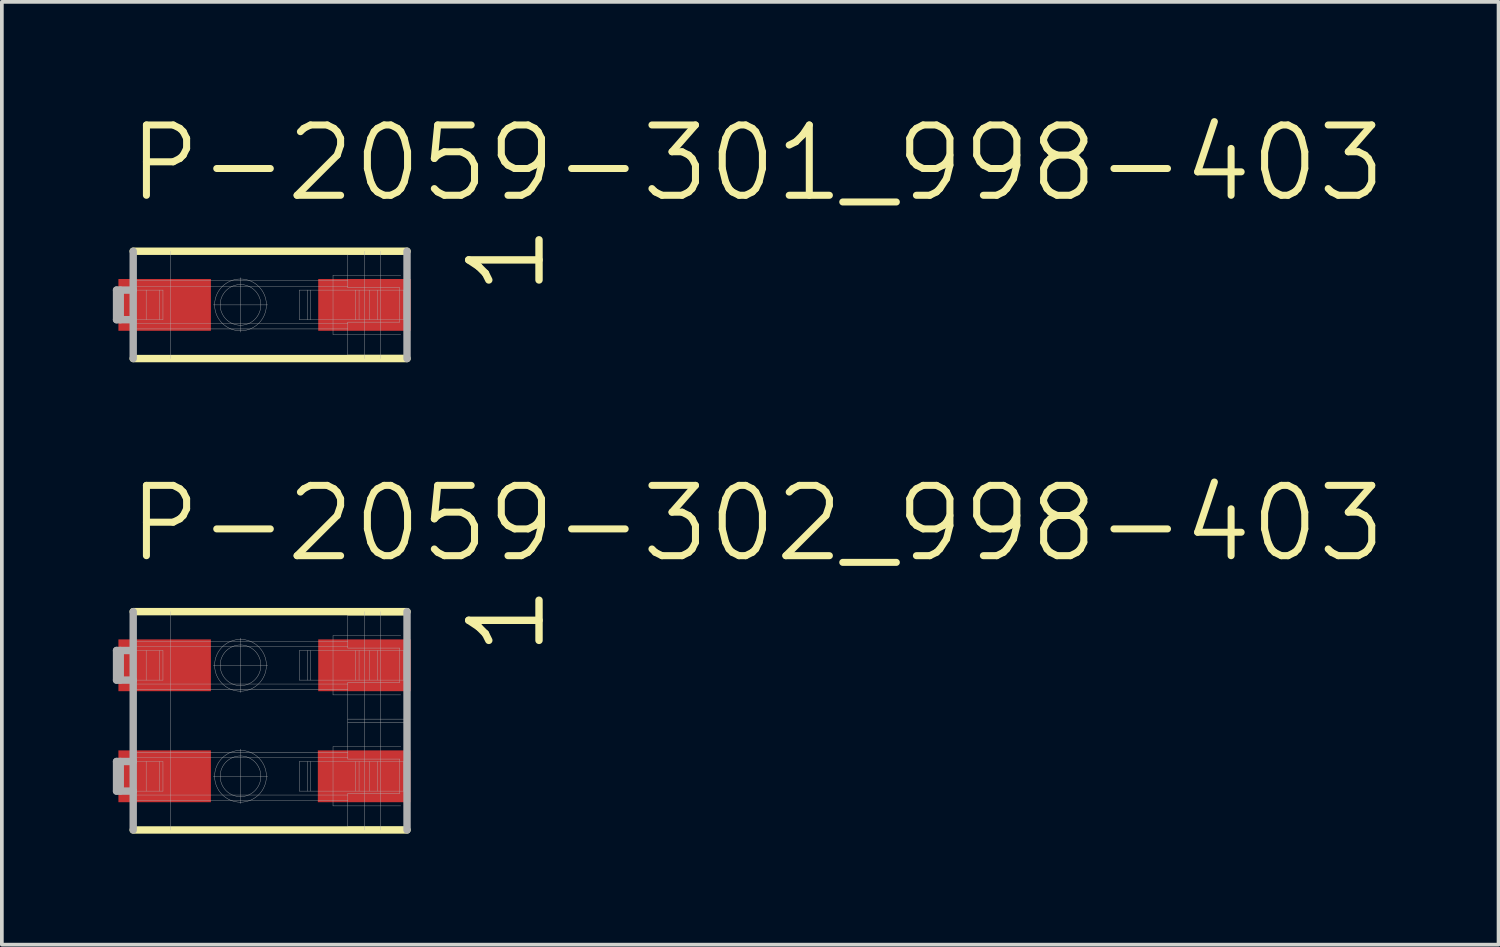
<source format=kicad_pcb>
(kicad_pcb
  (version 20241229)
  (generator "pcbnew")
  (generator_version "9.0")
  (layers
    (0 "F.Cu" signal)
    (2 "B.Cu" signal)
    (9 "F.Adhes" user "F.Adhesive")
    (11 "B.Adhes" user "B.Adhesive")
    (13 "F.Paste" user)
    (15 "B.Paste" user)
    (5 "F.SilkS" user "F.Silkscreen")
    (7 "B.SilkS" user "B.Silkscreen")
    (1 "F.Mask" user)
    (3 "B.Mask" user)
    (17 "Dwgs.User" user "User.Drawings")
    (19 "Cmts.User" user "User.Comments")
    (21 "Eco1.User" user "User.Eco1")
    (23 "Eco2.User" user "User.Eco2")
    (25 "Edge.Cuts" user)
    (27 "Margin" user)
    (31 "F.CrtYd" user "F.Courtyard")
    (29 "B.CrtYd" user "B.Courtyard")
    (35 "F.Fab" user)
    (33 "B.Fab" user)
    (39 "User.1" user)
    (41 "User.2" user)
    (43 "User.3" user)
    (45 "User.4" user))
  (footprint "P-2059-302_998-403"
    (layer "F.Cu")
    (at 4.025 16.43)
    (property "Reference" "P-2059-302_998-403" (at -3.695 -4.22 0) (layer "F.SilkS") (effects (font (size 1.9 1.9) (thickness 0.19)) (justify left bottom)))
    (attr through_hole)
    (fp_line (start 2.325 -2.854) (end 2.325 -2.95) (stroke (width 0.01) (type solid)) (layer "F.SilkS"))
    (fp_line (start 2.325 -2.854) (end 3.925 -2.854) (stroke (width 0.01) (type solid)) (layer "F.SilkS"))
    (fp_line (start 2.325 2.854) (end 3.925 2.854) (stroke (width 0.01) (type solid)) (layer "F.SilkS"))
    (fp_line (start 2.325 2.95) (end 2.325 2.854) (stroke (width 0.01) (type solid)) (layer "F.SilkS"))
    (fp_line (start 3.925 -2.95) (end -3.475 -2.95) (stroke (width 0.2) (type solid)) (layer "F.SilkS"))
    (fp_line (start 3.925 2.95) (end -3.475 2.95) (stroke (width 0.2) (type solid)) (layer "F.SilkS"))
    (fp_line (start -3.925 -1.9) (end -3.525 -1.9) (stroke (width 0.2) (type solid)) (layer "F.Fab"))
    (fp_line (start -3.925 -1.1) (end -3.925 -1.9) (stroke (width 0.2) (type solid)) (layer "F.Fab"))
    (fp_line (start -3.925 -1.1) (end -3.475 -1.1) (stroke (width 0.2) (type solid)) (layer "F.Fab"))
    (fp_line (start -3.925 1.1) (end -3.475 1.1) (stroke (width 0.2) (type solid)) (layer "F.Fab"))
    (fp_line (start -3.925 1.9) (end -3.925 1.1) (stroke (width 0.2) (type solid)) (layer "F.Fab"))
    (fp_line (start -3.925 1.9) (end -3.475 1.9) (stroke (width 0.2) (type solid)) (layer "F.Fab"))
    (fp_line (start -3.825 -1.1) (end -3.825 -1.9) (stroke (width 0.2) (type solid)) (layer "F.Fab"))
    (fp_line (start -3.825 1.9) (end -3.825 1.1) (stroke (width 0.2) (type solid)) (layer "F.Fab"))
    (fp_line (start -3.525 -1.9) (end -2.671 -1.9) (stroke (width 0.01) (type solid)) (layer "F.Fab"))
    (fp_line (start -3.475 -2.15) (end 2.325 -2.15) (stroke (width 0.01) (type solid)) (layer "F.Fab"))
    (fp_line (start -3.475 -2.006) (end 2.325 -2.006) (stroke (width 0.01) (type solid)) (layer "F.Fab"))
    (fp_line (start -3.475 -1.1) (end -3.475 -2.95) (stroke (width 0.2) (type solid)) (layer "F.Fab"))
    (fp_line (start -3.475 -0.994) (end 2.325 -0.994) (stroke (width 0.01) (type solid)) (layer "F.Fab"))
    (fp_line (start -3.475 -0.85) (end 2.325 -0.85) (stroke (width 0.01) (type solid)) (layer "F.Fab"))
    (fp_line (start -3.475 0.85) (end 2.325 0.85) (stroke (width 0.01) (type solid)) (layer "F.Fab"))
    (fp_line (start -3.475 0.994) (end 2.325 0.994) (stroke (width 0.01) (type solid)) (layer "F.Fab"))
    (fp_line (start -3.475 1.1) (end -3.475 -1.1) (stroke (width 0.2) (type solid)) (layer "F.Fab"))
    (fp_line (start -3.475 1.1) (end -2.671 1.1) (stroke (width 0.01) (type solid)) (layer "F.Fab"))
    (fp_line (start -3.475 1.9) (end -3.475 1.1) (stroke (width 0.2) (type solid)) (layer "F.Fab"))
    (fp_line (start -3.475 2.006) (end 2.325 2.006) (stroke (width 0.01) (type solid)) (layer "F.Fab"))
    (fp_line (start -3.475 2.15) (end 2.325 2.15) (stroke (width 0.01) (type solid)) (layer "F.Fab"))
    (fp_line (start -3.475 2.95) (end -3.475 1.9) (stroke (width 0.2) (type solid)) (layer "F.Fab"))
    (fp_line (start -3.125 -1.1) (end -3.125 -1.9) (stroke (width 0.01) (type solid)) (layer "F.Fab"))
    (fp_line (start -3.125 1.9) (end -3.125 1.1) (stroke (width 0.01) (type solid)) (layer "F.Fab"))
    (fp_line (start -2.766 -1.1) (end -2.766 -1.9) (stroke (width 0.01) (type solid)) (layer "F.Fab"))
    (fp_line (start -2.766 1.9) (end -2.766 1.1) (stroke (width 0.01) (type solid)) (layer "F.Fab"))
    (fp_line (start -2.671 -1.9) (end -2.671 -1.1) (stroke (width 0.01) (type solid)) (layer "F.Fab"))
    (fp_line (start -2.671 -1.1) (end -3.475 -1.1) (stroke (width 0.01) (type solid)) (layer "F.Fab"))
    (fp_line (start -2.671 1.1) (end -2.671 1.9) (stroke (width 0.01) (type solid)) (layer "F.Fab"))
    (fp_line (start -2.671 1.9) (end -3.475 1.9) (stroke (width 0.01) (type solid)) (layer "F.Fab"))
    (fp_line (start -2.475 2.95) (end -2.475 -2.95) (stroke (width 0.01) (type solid)) (layer "F.Fab"))
    (fp_line (start -1.31 -1.5) (end 0.16 -1.5) (stroke (width 0.01) (type solid)) (layer "F.Fab"))
    (fp_line (start -1.31 1.5) (end 0.16 1.5) (stroke (width 0.01) (type solid)) (layer "F.Fab"))
    (fp_line (start -0.575 -0.765) (end -0.575 -2.235) (stroke (width 0.01) (type solid)) (layer "F.Fab"))
    (fp_line (start -0.575 2.235) (end -0.575 0.765) (stroke (width 0.01) (type solid)) (layer "F.Fab"))
    (fp_line (start 1.016 -1.1) (end 1.016 -1.9) (stroke (width 0.01) (type solid)) (layer "F.Fab"))
    (fp_line (start 1.016 1.9) (end 1.016 1.1) (stroke (width 0.01) (type solid)) (layer "F.Fab"))
    (fp_line (start 1.231 -1.1) (end 1.231 -1.9) (stroke (width 0.01) (type solid)) (layer "F.Fab"))
    (fp_line (start 1.231 1.9) (end 1.231 1.1) (stroke (width 0.01) (type solid)) (layer "F.Fab"))
    (fp_line (start 1.325 -1.1) (end 1.325 -1.9) (stroke (width 0.01) (type solid)) (layer "F.Fab"))
    (fp_line (start 1.325 1.9) (end 1.325 1.1) (stroke (width 0.01) (type solid)) (layer "F.Fab"))
    (fp_line (start 1.925 -2.3) (end 1.925 -0.7) (stroke (width 0.01) (type solid)) (layer "F.Fab"))
    (fp_line (start 1.925 -0.7) (end 3.756 -0.7) (stroke (width 0.01) (type solid)) (layer "F.Fab"))
    (fp_line (start 1.925 0.7) (end 1.925 2.3) (stroke (width 0.01) (type solid)) (layer "F.Fab"))
    (fp_line (start 1.925 2.3) (end 3.756 2.3) (stroke (width 0.01) (type solid)) (layer "F.Fab"))
    (fp_line (start 2.325 -1.966) (end 2.325 -2.854) (stroke (width 0.01) (type solid)) (layer "F.Fab"))
    (fp_line (start 2.325 -1.966) (end 3.725 -1.966) (stroke (width 0.01) (type solid)) (layer "F.Fab"))
    (fp_line (start 2.325 -1.034) (end 3.725 -1.034) (stroke (width 0.01) (type solid)) (layer "F.Fab"))
    (fp_line (start 2.325 -0.045) (end 2.325 -1.034) (stroke (width 0.01) (type solid)) (layer "F.Fab"))
    (fp_line (start 2.325 -0.045) (end 3.925 -0.045) (stroke (width 0.01) (type solid)) (layer "F.Fab"))
    (fp_line (start 2.325 0.045) (end 3.925 0.045) (stroke (width 0.01) (type solid)) (layer "F.Fab"))
    (fp_line (start 2.325 1.034) (end 2.325 -0.045) (stroke (width 0.01) (type solid)) (layer "F.Fab"))
    (fp_line (start 2.325 1.034) (end 3.725 1.034) (stroke (width 0.01) (type solid)) (layer "F.Fab"))
    (fp_line (start 2.325 1.966) (end 3.725 1.966) (stroke (width 0.01) (type solid)) (layer "F.Fab"))
    (fp_line (start 2.325 2.854) (end 2.325 1.966) (stroke (width 0.01) (type solid)) (layer "F.Fab"))
    (fp_line (start 2.525 -1.1) (end 2.525 -1.9) (stroke (width 0.01) (type solid)) (layer "F.Fab"))
    (fp_line (start 2.525 1.9) (end 2.525 1.1) (stroke (width 0.01) (type solid)) (layer "F.Fab"))
    (fp_line (start 2.629 -1.1) (end 2.629 -1.9) (stroke (width 0.01) (type solid)) (layer "F.Fab"))
    (fp_line (start 2.629 1.9) (end 2.629 1.1) (stroke (width 0.01) (type solid)) (layer "F.Fab"))
    (fp_line (start 2.775 2.95) (end 2.775 -2.95) (stroke (width 0.01) (type solid)) (layer "F.Fab"))
    (fp_line (start 2.917 -1.1) (end 2.917 -1.9) (stroke (width 0.01) (type solid)) (layer "F.Fab"))
    (fp_line (start 2.917 1.9) (end 2.917 1.1) (stroke (width 0.01) (type solid)) (layer "F.Fab"))
    (fp_line (start 3.125 -1.1) (end 3.125 -1.9) (stroke (width 0.01) (type solid)) (layer "F.Fab"))
    (fp_line (start 3.125 1.9) (end 3.125 1.1) (stroke (width 0.01) (type solid)) (layer "F.Fab"))
    (fp_line (start 3.208 2.95) (end 3.208 -2.95) (stroke (width 0.01) (type solid)) (layer "F.Fab"))
    (fp_line (start 3.725 -1.034) (end 3.725 -1.966) (stroke (width 0.01) (type solid)) (layer "F.Fab"))
    (fp_line (start 3.725 1.966) (end 3.725 1.034) (stroke (width 0.01) (type solid)) (layer "F.Fab"))
    (fp_line (start 3.756 -2.3) (end 1.925 -2.3) (stroke (width 0.01) (type solid)) (layer "F.Fab"))
    (fp_line (start 3.756 0.7) (end 1.925 0.7) (stroke (width 0.01) (type solid)) (layer "F.Fab"))
    (fp_line (start 3.825 -1.1) (end 3.825 -1.9) (stroke (width 0.01) (type solid)) (layer "F.Fab"))
    (fp_line (start 3.825 1.9) (end 3.825 1.1) (stroke (width 0.01) (type solid)) (layer "F.Fab"))
    (fp_line (start 3.858 -2.28) (end 3.858 -2.95) (stroke (width 0.01) (type solid)) (layer "F.Fab"))
    (fp_line (start 3.858 0.72) (end 3.858 -0.72) (stroke (width 0.01) (type solid)) (layer "F.Fab"))
    (fp_line (start 3.858 2.95) (end 3.858 2.28) (stroke (width 0.01) (type solid)) (layer "F.Fab"))
    (fp_line (start 3.925 -1.9) (end 1.016 -1.9) (stroke (width 0.01) (type solid)) (layer "F.Fab"))
    (fp_line (start 3.925 -1.1) (end 1.016 -1.1) (stroke (width 0.01) (type solid)) (layer "F.Fab"))
    (fp_line (start 3.925 1.1) (end 1.016 1.1) (stroke (width 0.01) (type solid)) (layer "F.Fab"))
    (fp_line (start 3.925 1.9) (end 1.016 1.9) (stroke (width 0.01) (type solid)) (layer "F.Fab"))
    (fp_line (start 3.925 2.95) (end 3.925 -2.95) (stroke (width 0.2) (type solid)) (layer "F.Fab"))
    (fp_circle (center -0.575 -1.5) (end -0.025 -1.5) (stroke (width 0.01) (type solid)) (fill no) (layer "F.Fab"))
    (fp_circle (center -0.575 -1.5) (end 0.125 -1.5) (stroke (width 0.01) (type solid)) (fill no) (layer "F.Fab"))
    (fp_circle (center -0.575 1.5) (end -0.025 1.5) (stroke (width 0.01) (type solid)) (fill no) (layer "F.Fab"))
    (fp_circle (center -0.575 1.5) (end 0.125 1.5) (stroke (width 0.01) (type solid)) (fill no) (layer "F.Fab"))
    (fp_text user "1" (at 7.735 -1.68 90) (layer "F.SilkS") (effects (font (size 1.9 1.9) (thickness 0.2)) (justify left bottom)))
    (pad "1" smd rect (at -2.625 -1.5) (size 2.5 1.4) (layers "F.Cu" "F.Mask" "F.Paste"))
    (pad "1" smd rect (at 2.775 -1.5) (size 2.5 1.4) (layers "F.Cu" "F.Mask" "F.Paste"))
    (pad "2" smd rect (at -2.625 1.5) (size 2.5 1.4) (layers "F.Cu" "F.Mask" "F.Paste"))
    (pad "2" smd rect (at 2.765 1.5) (size 2.5 1.4) (layers "F.Cu" "F.Mask" "F.Paste")))
  (footprint "P-2059-301_998-403"
    (layer "F.Cu")
    (at 4.025 5.19)
    (property "Reference" "P-2059-301_998-403" (at -3.695 -2.72 0) (layer "F.SilkS") (effects (font (size 1.9 1.9) (thickness 0.19)) (justify left bottom)))
    (attr through_hole)
    (fp_line (start 2.325 -1.354) (end 2.325 -1.45) (stroke (width 0.01) (type solid)) (layer "F.SilkS"))
    (fp_line (start 2.325 -1.354) (end 3.925 -1.354) (stroke (width 0.01) (type solid)) (layer "F.SilkS"))
    (fp_line (start 2.325 1.354) (end 3.925 1.354) (stroke (width 0.01) (type solid)) (layer "F.SilkS"))
    (fp_line (start 2.325 1.45) (end 2.325 1.354) (stroke (width 0.01) (type solid)) (layer "F.SilkS"))
    (fp_line (start 3.925 -1.45) (end -3.475 -1.45) (stroke (width 0.2) (type solid)) (layer "F.SilkS"))
    (fp_line (start 3.925 1.45) (end -3.475 1.45) (stroke (width 0.2) (type solid)) (layer "F.SilkS"))
    (fp_line (start -3.925 0.4) (end -3.925 -0.4) (stroke (width 0.2) (type solid)) (layer "F.Fab"))
    (fp_line (start -3.825 0.4) (end -3.825 -0.4) (stroke (width 0.2) (type solid)) (layer "F.Fab"))
    (fp_line (start -3.485 0.4) (end -3.925 0.4) (stroke (width 0.2) (type solid)) (layer "F.Fab"))
    (fp_line (start -3.475 -0.65) (end 2.325 -0.65) (stroke (width 0.01) (type solid)) (layer "F.Fab"))
    (fp_line (start -3.475 -0.506) (end 2.325 -0.506) (stroke (width 0.01) (type solid)) (layer "F.Fab"))
    (fp_line (start -3.475 -0.4) (end -3.925 -0.4) (stroke (width 0.2) (type solid)) (layer "F.Fab"))
    (fp_line (start -3.475 -0.4) (end -3.475 -1.45) (stroke (width 0.2) (type solid)) (layer "F.Fab"))
    (fp_line (start -3.475 -0.4) (end -2.671 -0.4) (stroke (width 0.01) (type solid)) (layer "F.Fab"))
    (fp_line (start -3.475 0.506) (end 2.325 0.506) (stroke (width 0.01) (type solid)) (layer "F.Fab"))
    (fp_line (start -3.475 0.65) (end 2.325 0.65) (stroke (width 0.01) (type solid)) (layer "F.Fab"))
    (fp_line (start -3.475 1.45) (end -3.475 -0.4) (stroke (width 0.2) (type solid)) (layer "F.Fab"))
    (fp_line (start -3.125 0.4) (end -3.125 -0.4) (stroke (width 0.01) (type solid)) (layer "F.Fab"))
    (fp_line (start -2.766 0.4) (end -2.766 -0.4) (stroke (width 0.01) (type solid)) (layer "F.Fab"))
    (fp_line (start -2.671 -0.4) (end -2.671 0.4) (stroke (width 0.01) (type solid)) (layer "F.Fab"))
    (fp_line (start -2.671 0.4) (end -3.485 0.4) (stroke (width 0.01) (type solid)) (layer "F.Fab"))
    (fp_line (start -2.475 1.45) (end -2.475 -1.45) (stroke (width 0.01) (type solid)) (layer "F.Fab"))
    (fp_line (start -1.31 0) (end 0.16 0) (stroke (width 0.01) (type solid)) (layer "F.Fab"))
    (fp_line (start -0.575 0.735) (end -0.575 -0.735) (stroke (width 0.01) (type solid)) (layer "F.Fab"))
    (fp_line (start 1.016 0.4) (end 1.016 -0.4) (stroke (width 0.01) (type solid)) (layer "F.Fab"))
    (fp_line (start 1.231 0.4) (end 1.231 -0.4) (stroke (width 0.01) (type solid)) (layer "F.Fab"))
    (fp_line (start 1.325 0.4) (end 1.325 -0.4) (stroke (width 0.01) (type solid)) (layer "F.Fab"))
    (fp_line (start 1.925 -0.8) (end 1.925 0.8) (stroke (width 0.01) (type solid)) (layer "F.Fab"))
    (fp_line (start 1.925 0.8) (end 3.756 0.8) (stroke (width 0.01) (type solid)) (layer "F.Fab"))
    (fp_line (start 2.325 -0.466) (end 2.325 -1.354) (stroke (width 0.01) (type solid)) (layer "F.Fab"))
    (fp_line (start 2.325 -0.466) (end 3.725 -0.466) (stroke (width 0.01) (type solid)) (layer "F.Fab"))
    (fp_line (start 2.325 0.466) (end 3.725 0.466) (stroke (width 0.01) (type solid)) (layer "F.Fab"))
    (fp_line (start 2.325 1.354) (end 2.325 0.466) (stroke (width 0.01) (type solid)) (layer "F.Fab"))
    (fp_line (start 2.525 -0.4) (end 1.016 -0.4) (stroke (width 0.01) (type solid)) (layer "F.Fab"))
    (fp_line (start 2.525 0.4) (end 1.016 0.4) (stroke (width 0.01) (type solid)) (layer "F.Fab"))
    (fp_line (start 2.525 0.4) (end 2.525 -0.4) (stroke (width 0.01) (type solid)) (layer "F.Fab"))
    (fp_line (start 2.629 0.4) (end 2.629 -0.4) (stroke (width 0.01) (type solid)) (layer "F.Fab"))
    (fp_line (start 2.775 1.45) (end 2.775 -1.45) (stroke (width 0.01) (type solid)) (layer "F.Fab"))
    (fp_line (start 2.917 0.4) (end 2.917 -0.4) (stroke (width 0.01) (type solid)) (layer "F.Fab"))
    (fp_line (start 3.125 0.4) (end 3.125 -0.4) (stroke (width 0.01) (type solid)) (layer "F.Fab"))
    (fp_line (start 3.208 1.45) (end 3.208 -1.45) (stroke (width 0.01) (type solid)) (layer "F.Fab"))
    (fp_line (start 3.725 0.466) (end 3.725 -0.466) (stroke (width 0.01) (type solid)) (layer "F.Fab"))
    (fp_line (start 3.756 -0.8) (end 1.925 -0.8) (stroke (width 0.01) (type solid)) (layer "F.Fab"))
    (fp_line (start 3.825 0.4) (end 3.825 -0.4) (stroke (width 0.01) (type solid)) (layer "F.Fab"))
    (fp_line (start 3.858 -0.78) (end 3.858 -1.45) (stroke (width 0.01) (type solid)) (layer "F.Fab"))
    (fp_line (start 3.858 1.45) (end 3.858 0.78) (stroke (width 0.01) (type solid)) (layer "F.Fab"))
    (fp_line (start 3.925 -0.4) (end 2.525 -0.4) (stroke (width 0.01) (type solid)) (layer "F.Fab"))
    (fp_line (start 3.925 0.4) (end 2.525 0.4) (stroke (width 0.01) (type solid)) (layer "F.Fab"))
    (fp_line (start 3.925 1.45) (end 3.925 -1.45) (stroke (width 0.2) (type solid)) (layer "F.Fab"))
    (fp_circle (center -0.575 0) (end -0.025 0) (stroke (width 0.01) (type solid)) (fill no) (layer "F.Fab"))
    (fp_circle (center -0.575 0) (end 0.125 0) (stroke (width 0.01) (type solid)) (fill no) (layer "F.Fab"))
    (fp_text user "1" (at 7.735 -0.18 90) (layer "F.SilkS") (effects (font (size 1.9 1.9) (thickness 0.2)) (justify left bottom)))
    (pad "1" smd rect (at -2.625 0) (size 2.5 1.4) (layers "F.Cu" "F.Mask" "F.Paste"))
    (pad "1" smd rect (at 2.775 0) (size 2.5 1.4) (layers "F.Cu" "F.Mask" "F.Paste")))
  (gr_rect
    (start -3 -3)
    (end 37.449 22.48)
    (stroke (width 0.1) (type default))
    (fill no)
    (layer "Edge.Cuts")))
</source>
